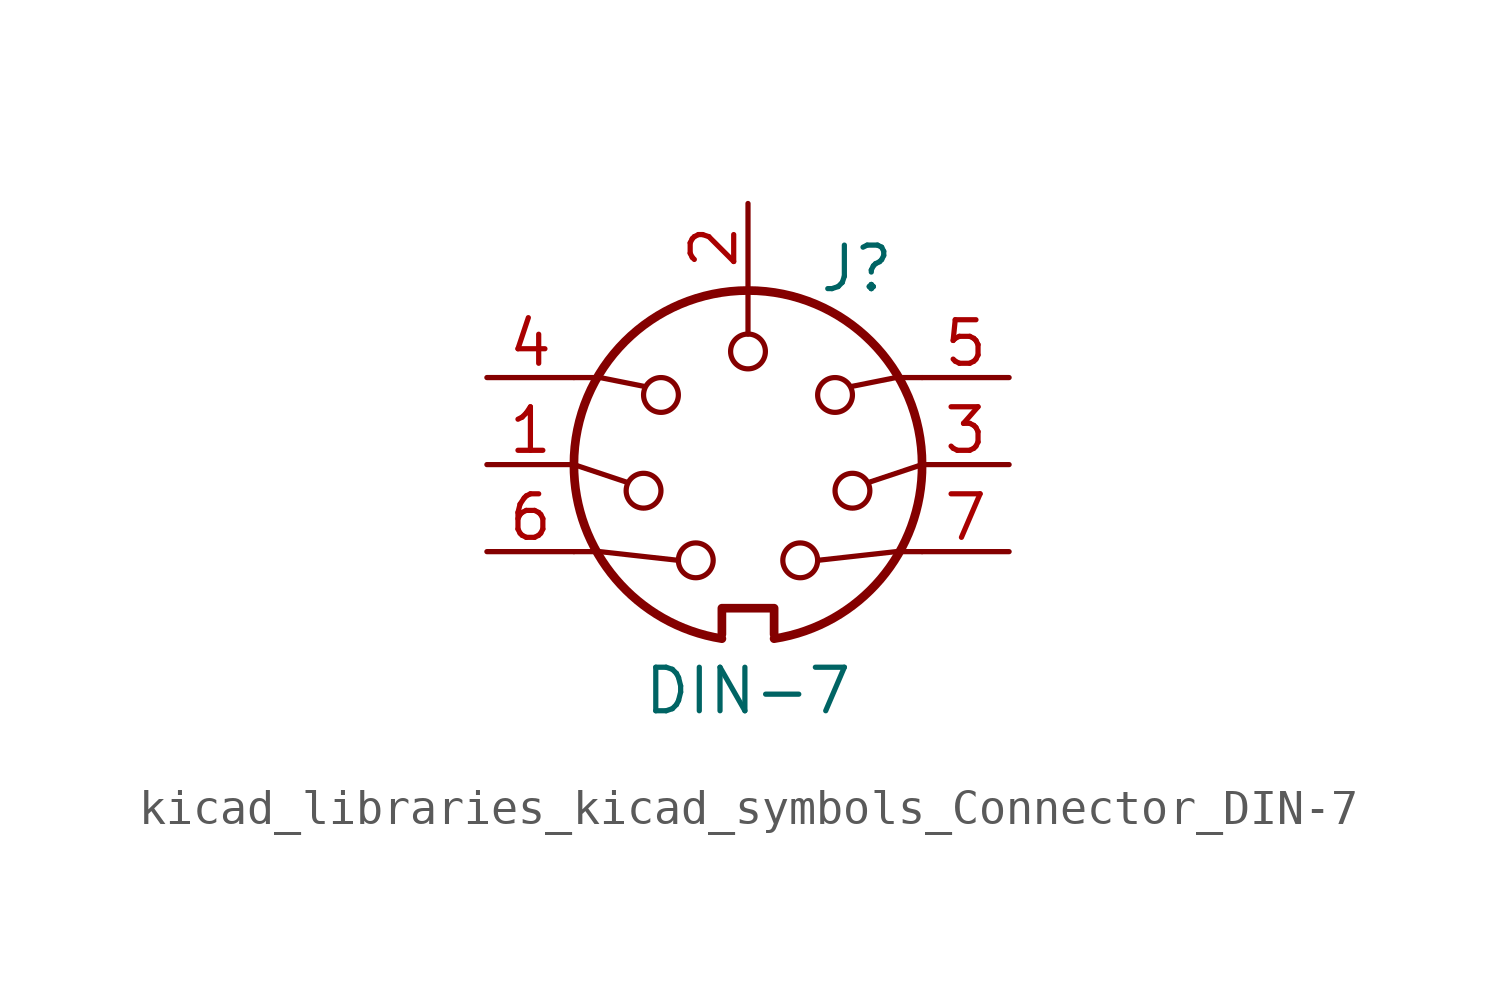
<source format=kicad_sym>
(kicad_symbol_lib
  (version 20220914)
  (generator kicad_symbol_editor)
  (symbol "kicad_libraries_kicad_symbols_Connector_DIN-7"
    (pin_names
      (offset 1.016))
    (property "Reference" "J"
      (at 3.175 5.715 0)
      (effects (font (size 1.27 1.27))))
    (property "Value" "DIN-7"
      (at 0 -6.604 0)
      (effects (font (size 1.27 1.27))))
    (symbol "kicad_libraries_kicad_symbols_Connector_DIN-7_0_1"
      (arc (start -5.08 0) (mid -3.8609 -3.3364) (end -0.762 -5.08) (stroke (width 0.254) (type default)) (fill (type none)))
      (circle (center -3.048 -0.762) (radius 0.508) (stroke (width 0) (type default)) (fill (type none)))
      (circle (center -2.54 2.032) (radius 0.508) (stroke (width 0) (type default)) (fill (type none)))
      (circle (center -1.524 -2.794) (radius 0.508) (stroke (width 0) (type default)) (fill (type none)))
      (polyline (pts (xy -5.08 0) (xy -3.556 -0.508)) (stroke (width 0) (type default)) (fill (type none)))
      (polyline (pts (xy 0 5.08) (xy 0 3.81)) (stroke (width 0) (type default)) (fill (type none)))
      (polyline (pts (xy 5.08 0) (xy 3.556 -0.508)) (stroke (width 0) (type default)) (fill (type none)))
      (polyline (pts (xy -5.08 -2.54) (xy -4.318 -2.54) (xy -2.032 -2.794)) (stroke (width 0) (type default)) (fill (type none)))
      (polyline (pts (xy -5.08 2.54) (xy -4.318 2.54) (xy -3.048 2.286)) (stroke (width 0) (type default)) (fill (type none)))
      (polyline (pts (xy 5.08 -2.54) (xy 4.318 -2.54) (xy 2.032 -2.794)) (stroke (width 0) (type default)) (fill (type none)))
      (polyline (pts (xy 5.08 2.54) (xy 4.318 2.54) (xy 3.048 2.286)) (stroke (width 0) (type default)) (fill (type none)))
      (polyline (pts (xy -0.762 -4.953) (xy -0.762 -4.191) (xy 0.762 -4.191) (xy 0.762 -4.953)) (stroke (width 0.254) (type default)) (fill (type none)))
      (circle (center 0 3.302) (radius 0.508) (stroke (width 0) (type default)) (fill (type none)))
      (arc (start 0.762 -5.08) (mid 3.8685 -3.343) (end 5.08 0) (stroke (width 0.254) (type default)) (fill (type none)))
      (circle (center 1.524 -2.794) (radius 0.508) (stroke (width 0) (type default)) (fill (type none)))
      (circle (center 2.54 2.032) (radius 0.508) (stroke (width 0) (type default)) (fill (type none)))
      (circle (center 3.048 -0.762) (radius 0.508) (stroke (width 0) (type default)) (fill (type none)))
      (arc (start 5.08 0) (mid 0 5.0579) (end -5.08 0) (stroke (width 0.254) (type default)) (fill (type none))))
    (symbol "kicad_libraries_kicad_symbols_Connector_DIN-7_1_1"
      (pin passive line (at -7.62 0 0) (length 2.54) (name "~" (effects (font (size 1.27 1.27)))) (number "1" (effects (font (size 1.27 1.27)))))
      (pin passive line (at 0 7.62 270) (length 2.54) (name "~" (effects (font (size 1.27 1.27)))) (number "2" (effects (font (size 1.27 1.27)))))
      (pin passive line (at 7.62 0 180) (length 2.54) (name "~" (effects (font (size 1.27 1.27)))) (number "3" (effects (font (size 1.27 1.27)))))
      (pin passive line (at -7.62 2.54 0) (length 2.54) (name "~" (effects (font (size 1.27 1.27)))) (number "4" (effects (font (size 1.27 1.27)))))
      (pin passive line (at 7.62 2.54 180) (length 2.54) (name "~" (effects (font (size 1.27 1.27)))) (number "5" (effects (font (size 1.27 1.27)))))
      (pin passive line (at -7.62 -2.54 0) (length 2.54) (name "~" (effects (font (size 1.27 1.27)))) (number "6" (effects (font (size 1.27 1.27)))))
      (pin passive line (at 7.62 -2.54 180) (length 2.54) (name "~" (effects (font (size 1.27 1.27)))) (number "7" (effects (font (size 1.27 1.27))))))))
</source>
